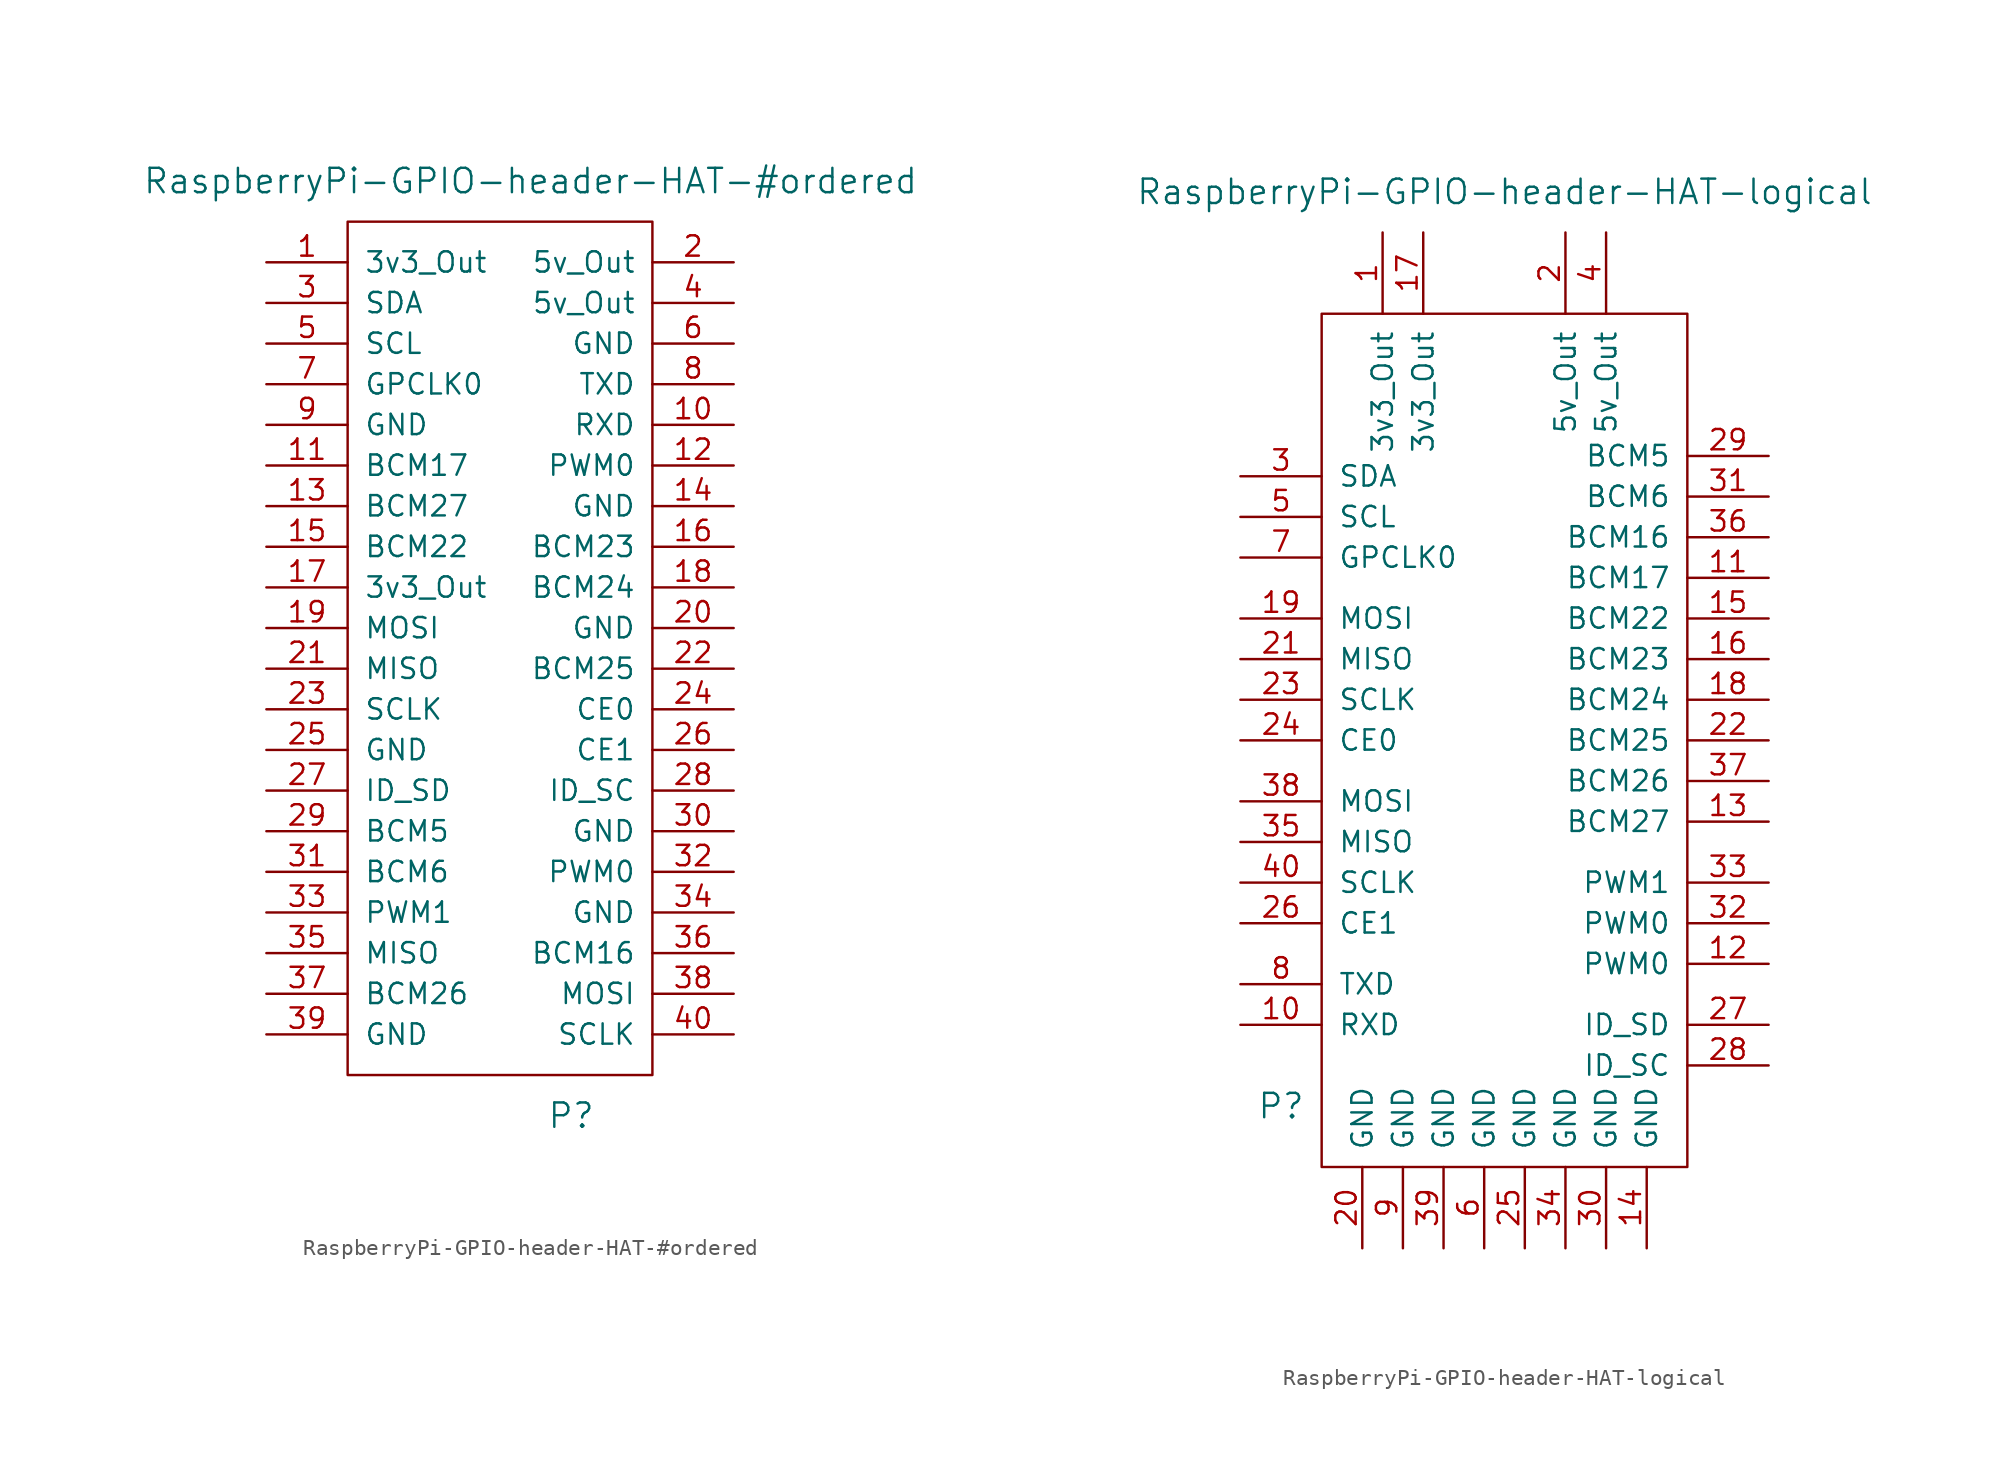
<source format=kicad_sym>
(kicad_symbol_lib
  (version 20241209)
  (generator "kicad_symbol_editor")
  (generator_version "9.0")
  (symbol "RaspberryPi-GPIO-header-HAT-#ordered"
    (pin_names
      (offset 1.016))
    (property "Reference" "P"
      (at 3.81 -31.75 0)
      (effects (font (size 1.524 1.524))))
    (property "Value" "RaspberryPi-GPIO-header-HAT-#ordered"
      (at 1.27 26.67 0)
      (effects (font (size 1.524 1.524))))
    (symbol "RaspberryPi-GPIO-header-HAT-#ordered_0_1"
      (rectangle (start -10.16 24.13) (end 8.89 -29.21) (stroke (width 0) (type solid)) (fill (type none))))
    (symbol "RaspberryPi-GPIO-header-HAT-#ordered_1_1"
      (pin power_out line (at -15.24 21.59 0) (length 5.08) (name "3v3_Out" (effects (font (size 1.27 1.27)))) (number "1" (effects (font (size 1.27 1.27)))))
      (pin bidirectional line (at -15.24 19.05 0) (length 5.08) (name "SDA" (effects (font (size 1.27 1.27)))) (number "3" (effects (font (size 1.27 1.27)))))
      (pin bidirectional line (at -15.24 16.51 0) (length 5.08) (name "SCL" (effects (font (size 1.27 1.27)))) (number "5" (effects (font (size 1.27 1.27)))))
      (pin bidirectional line (at -15.24 13.97 0) (length 5.08) (name "GPCLK0" (effects (font (size 1.27 1.27)))) (number "7" (effects (font (size 1.27 1.27)))))
      (pin power_in line (at -15.24 11.43 0) (length 5.08) (name "GND" (effects (font (size 1.27 1.27)))) (number "9" (effects (font (size 1.27 1.27)))))
      (pin bidirectional line (at -15.24 8.89 0) (length 5.08) (name "BCM17" (effects (font (size 1.27 1.27)))) (number "11" (effects (font (size 1.27 1.27)))))
      (pin bidirectional line (at -15.24 6.35 0) (length 5.08) (name "BCM27" (effects (font (size 1.27 1.27)))) (number "13" (effects (font (size 1.27 1.27)))))
      (pin bidirectional line (at -15.24 3.81 0) (length 5.08) (name "BCM22" (effects (font (size 1.27 1.27)))) (number "15" (effects (font (size 1.27 1.27)))))
      (pin power_out line (at -15.24 1.27 0) (length 5.08) (name "3v3_Out" (effects (font (size 1.27 1.27)))) (number "17" (effects (font (size 1.27 1.27)))))
      (pin bidirectional line (at -15.24 -1.27 0) (length 5.08) (name "MOSI" (effects (font (size 1.27 1.27)))) (number "19" (effects (font (size 1.27 1.27)))))
      (pin bidirectional line (at -15.24 -3.81 0) (length 5.08) (name "MISO" (effects (font (size 1.27 1.27)))) (number "21" (effects (font (size 1.27 1.27)))))
      (pin bidirectional line (at -15.24 -6.35 0) (length 5.08) (name "SCLK" (effects (font (size 1.27 1.27)))) (number "23" (effects (font (size 1.27 1.27)))))
      (pin power_in line (at -15.24 -8.89 0) (length 5.08) (name "GND" (effects (font (size 1.27 1.27)))) (number "25" (effects (font (size 1.27 1.27)))))
      (pin bidirectional line (at -15.24 -11.43 0) (length 5.08) (name "ID_SD" (effects (font (size 1.27 1.27)))) (number "27" (effects (font (size 1.27 1.27)))))
      (pin bidirectional line (at -15.24 -13.97 0) (length 5.08) (name "BCM5" (effects (font (size 1.27 1.27)))) (number "29" (effects (font (size 1.27 1.27)))))
      (pin bidirectional line (at -15.24 -16.51 0) (length 5.08) (name "BCM6" (effects (font (size 1.27 1.27)))) (number "31" (effects (font (size 1.27 1.27)))))
      (pin bidirectional line (at -15.24 -19.05 0) (length 5.08) (name "PWM1" (effects (font (size 1.27 1.27)))) (number "33" (effects (font (size 1.27 1.27)))))
      (pin bidirectional line (at -15.24 -21.59 0) (length 5.08) (name "MISO" (effects (font (size 1.27 1.27)))) (number "35" (effects (font (size 1.27 1.27)))))
      (pin bidirectional line (at -15.24 -24.13 0) (length 5.08) (name "BCM26" (effects (font (size 1.27 1.27)))) (number "37" (effects (font (size 1.27 1.27)))))
      (pin power_in line (at -15.24 -26.67 0) (length 5.08) (name "GND" (effects (font (size 1.27 1.27)))) (number "39" (effects (font (size 1.27 1.27)))))
      (pin power_out line (at 13.97 21.59 180) (length 5.08) (name "5v_Out" (effects (font (size 1.27 1.27)))) (number "2" (effects (font (size 1.27 1.27)))))
      (pin power_out line (at 13.97 19.05 180) (length 5.08) (name "5v_Out" (effects (font (size 1.27 1.27)))) (number "4" (effects (font (size 1.27 1.27)))))
      (pin power_in line (at 13.97 16.51 180) (length 5.08) (name "GND" (effects (font (size 1.27 1.27)))) (number "6" (effects (font (size 1.27 1.27)))))
      (pin bidirectional line (at 13.97 13.97 180) (length 5.08) (name "TXD" (effects (font (size 1.27 1.27)))) (number "8" (effects (font (size 1.27 1.27)))))
      (pin bidirectional line (at 13.97 11.43 180) (length 5.08) (name "RXD" (effects (font (size 1.27 1.27)))) (number "10" (effects (font (size 1.27 1.27)))))
      (pin bidirectional line (at 13.97 8.89 180) (length 5.08) (name "PWM0" (effects (font (size 1.27 1.27)))) (number "12" (effects (font (size 1.27 1.27)))))
      (pin power_in line (at 13.97 6.35 180) (length 5.08) (name "GND" (effects (font (size 1.27 1.27)))) (number "14" (effects (font (size 1.27 1.27)))))
      (pin bidirectional line (at 13.97 3.81 180) (length 5.08) (name "BCM23" (effects (font (size 1.27 1.27)))) (number "16" (effects (font (size 1.27 1.27)))))
      (pin bidirectional line (at 13.97 1.27 180) (length 5.08) (name "BCM24" (effects (font (size 1.27 1.27)))) (number "18" (effects (font (size 1.27 1.27)))))
      (pin power_in line (at 13.97 -1.27 180) (length 5.08) (name "GND" (effects (font (size 1.27 1.27)))) (number "20" (effects (font (size 1.27 1.27)))))
      (pin bidirectional line (at 13.97 -3.81 180) (length 5.08) (name "BCM25" (effects (font (size 1.27 1.27)))) (number "22" (effects (font (size 1.27 1.27)))))
      (pin bidirectional line (at 13.97 -6.35 180) (length 5.08) (name "CE0" (effects (font (size 1.27 1.27)))) (number "24" (effects (font (size 1.27 1.27)))))
      (pin bidirectional line (at 13.97 -8.89 180) (length 5.08) (name "CE1" (effects (font (size 1.27 1.27)))) (number "26" (effects (font (size 1.27 1.27)))))
      (pin bidirectional line (at 13.97 -11.43 180) (length 5.08) (name "ID_SC" (effects (font (size 1.27 1.27)))) (number "28" (effects (font (size 1.27 1.27)))))
      (pin power_in line (at 13.97 -13.97 180) (length 5.08) (name "GND" (effects (font (size 1.27 1.27)))) (number "30" (effects (font (size 1.27 1.27)))))
      (pin bidirectional line (at 13.97 -16.51 180) (length 5.08) (name "PWM0" (effects (font (size 1.27 1.27)))) (number "32" (effects (font (size 1.27 1.27)))))
      (pin power_in line (at 13.97 -19.05 180) (length 5.08) (name "GND" (effects (font (size 1.27 1.27)))) (number "34" (effects (font (size 1.27 1.27)))))
      (pin bidirectional line (at 13.97 -21.59 180) (length 5.08) (name "BCM16" (effects (font (size 1.27 1.27)))) (number "36" (effects (font (size 1.27 1.27)))))
      (pin bidirectional line (at 13.97 -24.13 180) (length 5.08) (name "MOSI" (effects (font (size 1.27 1.27)))) (number "38" (effects (font (size 1.27 1.27)))))
      (pin bidirectional line (at 13.97 -26.67 180) (length 5.08) (name "SCLK" (effects (font (size 1.27 1.27)))) (number "40" (effects (font (size 1.27 1.27)))))))
  (symbol "RaspberryPi-GPIO-header-HAT-logical"
    (pin_names
      (offset 1.016))
    (property "Reference" "P"
      (at -13.97 -25.4 0)
      (effects (font (size 1.524 1.524))))
    (property "Value" "RaspberryPi-GPIO-header-HAT-logical"
      (at 0 31.75 0)
      (effects (font (size 1.524 1.524))))
    (symbol "RaspberryPi-GPIO-header-HAT-logical_0_1"
      (rectangle (start -11.43 24.13) (end 11.43 -29.21) (stroke (width 0) (type solid)) (fill (type none))))
    (symbol "RaspberryPi-GPIO-header-HAT-logical_1_1"
      (pin bidirectional line (at -16.51 13.97 0) (length 5.08) (name "SDA" (effects (font (size 1.27 1.27)))) (number "3" (effects (font (size 1.27 1.27)))))
      (pin bidirectional line (at -16.51 11.43 0) (length 5.08) (name "SCL" (effects (font (size 1.27 1.27)))) (number "5" (effects (font (size 1.27 1.27)))))
      (pin bidirectional line (at -16.51 8.89 0) (length 5.08) (name "GPCLK0" (effects (font (size 1.27 1.27)))) (number "7" (effects (font (size 1.27 1.27)))))
      (pin bidirectional line (at -16.51 5.08 0) (length 5.08) (name "MOSI" (effects (font (size 1.27 1.27)))) (number "19" (effects (font (size 1.27 1.27)))))
      (pin bidirectional line (at -16.51 2.54 0) (length 5.08) (name "MISO" (effects (font (size 1.27 1.27)))) (number "21" (effects (font (size 1.27 1.27)))))
      (pin bidirectional line (at -16.51 0 0) (length 5.08) (name "SCLK" (effects (font (size 1.27 1.27)))) (number "23" (effects (font (size 1.27 1.27)))))
      (pin bidirectional line (at -16.51 -2.54 0) (length 5.08) (name "CE0" (effects (font (size 1.27 1.27)))) (number "24" (effects (font (size 1.27 1.27)))))
      (pin bidirectional line (at -16.51 -6.35 0) (length 5.08) (name "MOSI" (effects (font (size 1.27 1.27)))) (number "38" (effects (font (size 1.27 1.27)))))
      (pin bidirectional line (at -16.51 -8.89 0) (length 5.08) (name "MISO" (effects (font (size 1.27 1.27)))) (number "35" (effects (font (size 1.27 1.27)))))
      (pin bidirectional line (at -16.51 -11.43 0) (length 5.08) (name "SCLK" (effects (font (size 1.27 1.27)))) (number "40" (effects (font (size 1.27 1.27)))))
      (pin bidirectional line (at -16.51 -13.97 0) (length 5.08) (name "CE1" (effects (font (size 1.27 1.27)))) (number "26" (effects (font (size 1.27 1.27)))))
      (pin bidirectional line (at -16.51 -17.78 0) (length 5.08) (name "TXD" (effects (font (size 1.27 1.27)))) (number "8" (effects (font (size 1.27 1.27)))))
      (pin bidirectional line (at -16.51 -20.32 0) (length 5.08) (name "RXD" (effects (font (size 1.27 1.27)))) (number "10" (effects (font (size 1.27 1.27)))))
      (pin power_in line (at -8.89 -34.29 90) (length 5.08) (name "GND" (effects (font (size 1.27 1.27)))) (number "20" (effects (font (size 1.27 1.27)))))
      (pin power_out line (at -7.62 29.21 270) (length 5.08) (name "3v3_Out" (effects (font (size 1.27 1.27)))) (number "1" (effects (font (size 1.27 1.27)))))
      (pin power_in line (at -6.35 -34.29 90) (length 5.08) (name "GND" (effects (font (size 1.27 1.27)))) (number "9" (effects (font (size 1.27 1.27)))))
      (pin power_out line (at -5.08 29.21 270) (length 5.08) (name "3v3_Out" (effects (font (size 1.27 1.27)))) (number "17" (effects (font (size 1.27 1.27)))))
      (pin power_in line (at -3.81 -34.29 90) (length 5.08) (name "GND" (effects (font (size 1.27 1.27)))) (number "39" (effects (font (size 1.27 1.27)))))
      (pin power_in line (at -1.27 -34.29 90) (length 5.08) (name "GND" (effects (font (size 1.27 1.27)))) (number "6" (effects (font (size 1.27 1.27)))))
      (pin power_in line (at 1.27 -34.29 90) (length 5.08) (name "GND" (effects (font (size 1.27 1.27)))) (number "25" (effects (font (size 1.27 1.27)))))
      (pin power_out line (at 3.81 29.21 270) (length 5.08) (name "5v_Out" (effects (font (size 1.27 1.27)))) (number "2" (effects (font (size 1.27 1.27)))))
      (pin power_in line (at 3.81 -34.29 90) (length 5.08) (name "GND" (effects (font (size 1.27 1.27)))) (number "34" (effects (font (size 1.27 1.27)))))
      (pin power_out line (at 6.35 29.21 270) (length 5.08) (name "5v_Out" (effects (font (size 1.27 1.27)))) (number "4" (effects (font (size 1.27 1.27)))))
      (pin power_in line (at 6.35 -34.29 90) (length 5.08) (name "GND" (effects (font (size 1.27 1.27)))) (number "30" (effects (font (size 1.27 1.27)))))
      (pin power_in line (at 8.89 -34.29 90) (length 5.08) (name "GND" (effects (font (size 1.27 1.27)))) (number "14" (effects (font (size 1.27 1.27)))))
      (pin bidirectional line (at 16.51 15.24 180) (length 5.08) (name "BCM5" (effects (font (size 1.27 1.27)))) (number "29" (effects (font (size 1.27 1.27)))))
      (pin bidirectional line (at 16.51 12.7 180) (length 5.08) (name "BCM6" (effects (font (size 1.27 1.27)))) (number "31" (effects (font (size 1.27 1.27)))))
      (pin bidirectional line (at 16.51 10.16 180) (length 5.08) (name "BCM16" (effects (font (size 1.27 1.27)))) (number "36" (effects (font (size 1.27 1.27)))))
      (pin bidirectional line (at 16.51 7.62 180) (length 5.08) (name "BCM17" (effects (font (size 1.27 1.27)))) (number "11" (effects (font (size 1.27 1.27)))))
      (pin bidirectional line (at 16.51 5.08 180) (length 5.08) (name "BCM22" (effects (font (size 1.27 1.27)))) (number "15" (effects (font (size 1.27 1.27)))))
      (pin bidirectional line (at 16.51 2.54 180) (length 5.08) (name "BCM23" (effects (font (size 1.27 1.27)))) (number "16" (effects (font (size 1.27 1.27)))))
      (pin bidirectional line (at 16.51 0 180) (length 5.08) (name "BCM24" (effects (font (size 1.27 1.27)))) (number "18" (effects (font (size 1.27 1.27)))))
      (pin bidirectional line (at 16.51 -2.54 180) (length 5.08) (name "BCM25" (effects (font (size 1.27 1.27)))) (number "22" (effects (font (size 1.27 1.27)))))
      (pin bidirectional line (at 16.51 -5.08 180) (length 5.08) (name "BCM26" (effects (font (size 1.27 1.27)))) (number "37" (effects (font (size 1.27 1.27)))))
      (pin bidirectional line (at 16.51 -7.62 180) (length 5.08) (name "BCM27" (effects (font (size 1.27 1.27)))) (number "13" (effects (font (size 1.27 1.27)))))
      (pin bidirectional line (at 16.51 -11.43 180) (length 5.08) (name "PWM1" (effects (font (size 1.27 1.27)))) (number "33" (effects (font (size 1.27 1.27)))))
      (pin bidirectional line (at 16.51 -13.97 180) (length 5.08) (name "PWM0" (effects (font (size 1.27 1.27)))) (number "32" (effects (font (size 1.27 1.27)))))
      (pin bidirectional line (at 16.51 -16.51 180) (length 5.08) (name "PWM0" (effects (font (size 1.27 1.27)))) (number "12" (effects (font (size 1.27 1.27)))))
      (pin bidirectional line (at 16.51 -20.32 180) (length 5.08) (name "ID_SD" (effects (font (size 1.27 1.27)))) (number "27" (effects (font (size 1.27 1.27)))))
      (pin bidirectional line (at 16.51 -22.86 180) (length 5.08) (name "ID_SC" (effects (font (size 1.27 1.27)))) (number "28" (effects (font (size 1.27 1.27))))))))
</source>
